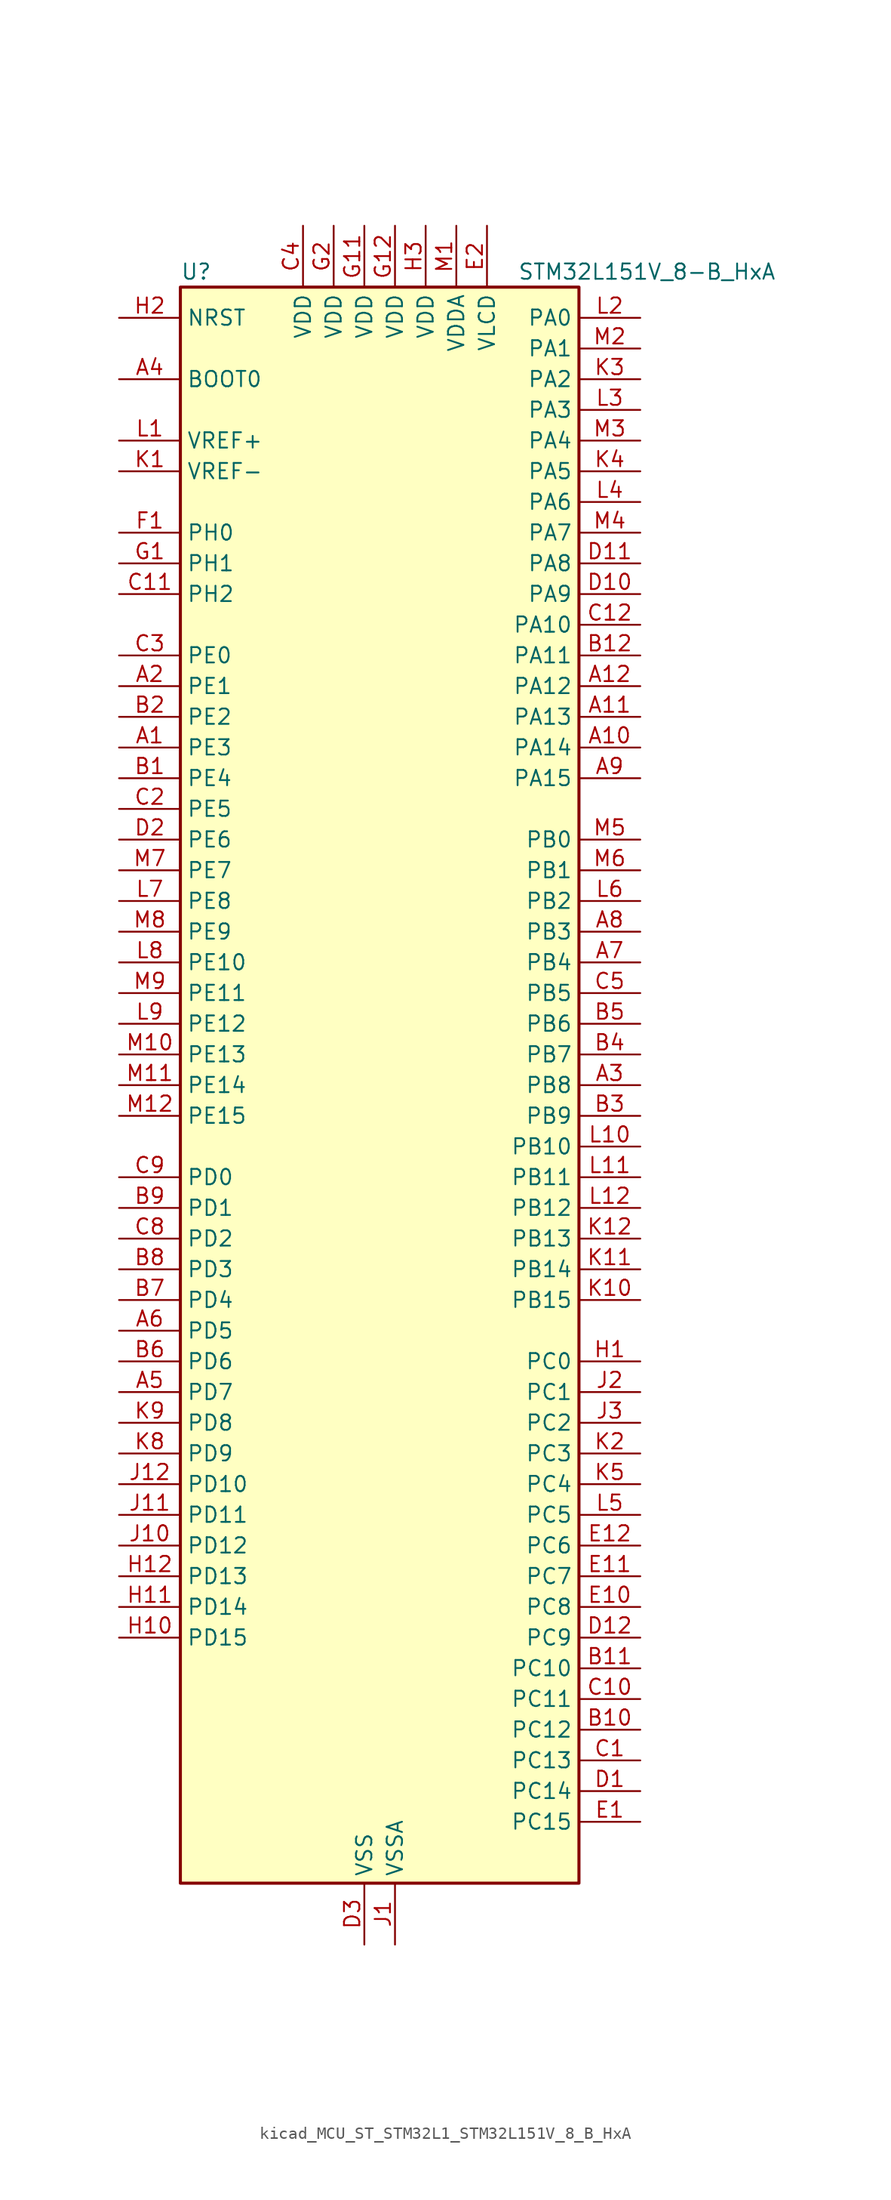
<source format=kicad_sym>
(kicad_symbol_lib
  (version 20220914)
  (generator kicad_symbol_editor)
  (symbol "kicad_MCU_ST_STM32L1_STM32L151V_8_B_HxA"
    (property "Reference" "U"
      (at -15.24 67.31 0)
      (effects (font (size 1.27 1.27)) (justify left)))
    (property "Value" "STM32L151V_8-B_HxA"
      (at 12.7 67.31 0)
      (effects (font (size 1.27 1.27)) (justify left)))
    (property "ki_locked" ""
      (at 0 0 0)
      (effects (font (size 1.27 1.27))))
    (symbol "kicad_MCU_ST_STM32L1_STM32L151V_8_B_HxA_0_1"
      (rectangle (start -15.24 -66.04) (end 17.78 66.04) (stroke (width 0.254) (type default)) (fill (type background))))
    (symbol "kicad_MCU_ST_STM32L1_STM32L151V_8_B_HxA_1_1"
      (pin bidirectional line (at -20.32 27.94 0) (length 5.08) (name "PE3" (effects (font (size 1.27 1.27)))) (number "A1" (effects (font (size 1.27 1.27)))) (alternate "SYS_TRACED0" bidirectional line) (alternate "TIM3_CH1" bidirectional line) (alternate "TIMX_IC4" bidirectional line))
      (pin bidirectional line (at 22.86 27.94 180) (length 5.08) (name "PA14" (effects (font (size 1.27 1.27)))) (number "A10" (effects (font (size 1.27 1.27)))) (alternate "SYS_JTCK-SWCLK" bidirectional line) (alternate "TIMX_IC3" bidirectional line) (alternate "TS_G5_IO2" bidirectional line))
      (pin bidirectional line (at 22.86 30.48 180) (length 5.08) (name "PA13" (effects (font (size 1.27 1.27)))) (number "A11" (effects (font (size 1.27 1.27)))) (alternate "SYS_JTMS-SWDIO" bidirectional line) (alternate "TIMX_IC2" bidirectional line) (alternate "TS_G5_IO1" bidirectional line))
      (pin bidirectional line (at 22.86 33.02 180) (length 5.08) (name "PA12" (effects (font (size 1.27 1.27)))) (number "A12" (effects (font (size 1.27 1.27)))) (alternate "SPI1_MOSI" bidirectional line) (alternate "TIMX_IC1" bidirectional line) (alternate "USART1_RTS" bidirectional line) (alternate "USB_DP" bidirectional line))
      (pin bidirectional line (at -20.32 33.02 0) (length 5.08) (name "PE1" (effects (font (size 1.27 1.27)))) (number "A2" (effects (font (size 1.27 1.27)))) (alternate "TIM11_CH1" bidirectional line) (alternate "TIMX_IC2" bidirectional line))
      (pin bidirectional line (at 22.86 0 180) (length 5.08) (name "PB8" (effects (font (size 1.27 1.27)))) (number "A3" (effects (font (size 1.27 1.27)))) (alternate "I2C1_SCL" bidirectional line) (alternate "TIM10_CH1" bidirectional line) (alternate "TIM4_CH3" bidirectional line))
      (pin input line (at -20.32 58.42 0) (length 5.08) (name "BOOT0" (effects (font (size 1.27 1.27)))) (number "A4" (effects (font (size 1.27 1.27)))))
      (pin bidirectional line (at -20.32 -25.4 0) (length 5.08) (name "PD7" (effects (font (size 1.27 1.27)))) (number "A5" (effects (font (size 1.27 1.27)))) (alternate "TIM9_CH2" bidirectional line) (alternate "TIMX_IC4" bidirectional line) (alternate "USART2_CK" bidirectional line))
      (pin bidirectional line (at -20.32 -20.32 0) (length 5.08) (name "PD5" (effects (font (size 1.27 1.27)))) (number "A6" (effects (font (size 1.27 1.27)))) (alternate "TIMX_IC2" bidirectional line) (alternate "USART2_TX" bidirectional line))
      (pin bidirectional line (at 22.86 10.16 180) (length 5.08) (name "PB4" (effects (font (size 1.27 1.27)))) (number "A7" (effects (font (size 1.27 1.27)))) (alternate "COMP2_INP" bidirectional line) (alternate "SPI1_MISO" bidirectional line) (alternate "SYS_JTRST" bidirectional line) (alternate "TIM3_CH1" bidirectional line) (alternate "TS_G6_IO1" bidirectional line))
      (pin bidirectional line (at 22.86 12.7 180) (length 5.08) (name "PB3" (effects (font (size 1.27 1.27)))) (number "A8" (effects (font (size 1.27 1.27)))) (alternate "COMP2_INM" bidirectional line) (alternate "SPI1_SCK" bidirectional line) (alternate "SYS_JTDO-TRACESWO" bidirectional line) (alternate "TIM2_CH2" bidirectional line))
      (pin bidirectional line (at 22.86 25.4 180) (length 5.08) (name "PA15" (effects (font (size 1.27 1.27)))) (number "A9" (effects (font (size 1.27 1.27)))) (alternate "ADC_EXTI15" bidirectional line) (alternate "SPI1_NSS" bidirectional line) (alternate "SYS_JTDI" bidirectional line) (alternate "TIM2_CH1" bidirectional line) (alternate "TIM2_ETR" bidirectional line) (alternate "TIMX_IC4" bidirectional line) (alternate "TS_G5_IO3" bidirectional line))
      (pin bidirectional line (at -20.32 25.4 0) (length 5.08) (name "PE4" (effects (font (size 1.27 1.27)))) (number "B1" (effects (font (size 1.27 1.27)))) (alternate "SYS_TRACED1" bidirectional line) (alternate "TIM3_CH2" bidirectional line) (alternate "TIMX_IC1" bidirectional line))
      (pin bidirectional line (at 22.86 -53.34 180) (length 5.08) (name "PC12" (effects (font (size 1.27 1.27)))) (number "B10" (effects (font (size 1.27 1.27)))) (alternate "TIMX_IC1" bidirectional line) (alternate "USART3_CK" bidirectional line))
      (pin bidirectional line (at 22.86 -48.26 180) (length 5.08) (name "PC10" (effects (font (size 1.27 1.27)))) (number "B11" (effects (font (size 1.27 1.27)))) (alternate "TIMX_IC3" bidirectional line) (alternate "USART3_TX" bidirectional line))
      (pin bidirectional line (at 22.86 35.56 180) (length 5.08) (name "PA11" (effects (font (size 1.27 1.27)))) (number "B12" (effects (font (size 1.27 1.27)))) (alternate "ADC_EXTI11" bidirectional line) (alternate "SPI1_MISO" bidirectional line) (alternate "TIMX_IC4" bidirectional line) (alternate "USART1_CTS" bidirectional line) (alternate "USB_DM" bidirectional line))
      (pin bidirectional line (at -20.32 30.48 0) (length 5.08) (name "PE2" (effects (font (size 1.27 1.27)))) (number "B2" (effects (font (size 1.27 1.27)))) (alternate "SYS_TRACECK" bidirectional line) (alternate "TIM3_ETR" bidirectional line) (alternate "TIMX_IC3" bidirectional line))
      (pin bidirectional line (at 22.86 -2.54 180) (length 5.08) (name "PB9" (effects (font (size 1.27 1.27)))) (number "B3" (effects (font (size 1.27 1.27)))) (alternate "DAC_EXTI9" bidirectional line) (alternate "I2C1_SDA" bidirectional line) (alternate "TIM11_CH1" bidirectional line) (alternate "TIM4_CH4" bidirectional line))
      (pin bidirectional line (at 22.86 2.54 180) (length 5.08) (name "PB7" (effects (font (size 1.27 1.27)))) (number "B4" (effects (font (size 1.27 1.27)))) (alternate "I2C1_SDA" bidirectional line) (alternate "SYS_PVD_IN" bidirectional line) (alternate "TIM4_CH2" bidirectional line) (alternate "TS_G6_IO4" bidirectional line) (alternate "USART1_RX" bidirectional line))
      (pin bidirectional line (at 22.86 5.08 180) (length 5.08) (name "PB6" (effects (font (size 1.27 1.27)))) (number "B5" (effects (font (size 1.27 1.27)))) (alternate "I2C1_SCL" bidirectional line) (alternate "TIM4_CH1" bidirectional line) (alternate "TS_G6_IO3" bidirectional line) (alternate "USART1_TX" bidirectional line))
      (pin bidirectional line (at -20.32 -22.86 0) (length 5.08) (name "PD6" (effects (font (size 1.27 1.27)))) (number "B6" (effects (font (size 1.27 1.27)))) (alternate "TIMX_IC3" bidirectional line) (alternate "USART2_RX" bidirectional line))
      (pin bidirectional line (at -20.32 -17.78 0) (length 5.08) (name "PD4" (effects (font (size 1.27 1.27)))) (number "B7" (effects (font (size 1.27 1.27)))) (alternate "SPI2_MOSI" bidirectional line) (alternate "TIMX_IC1" bidirectional line) (alternate "USART2_RTS" bidirectional line))
      (pin bidirectional line (at -20.32 -15.24 0) (length 5.08) (name "PD3" (effects (font (size 1.27 1.27)))) (number "B8" (effects (font (size 1.27 1.27)))) (alternate "SPI2_MISO" bidirectional line) (alternate "TIMX_IC4" bidirectional line) (alternate "USART2_CTS" bidirectional line))
      (pin bidirectional line (at -20.32 -10.16 0) (length 5.08) (name "PD1" (effects (font (size 1.27 1.27)))) (number "B9" (effects (font (size 1.27 1.27)))) (alternate "SPI2_SCK" bidirectional line) (alternate "TIMX_IC2" bidirectional line))
      (pin bidirectional line (at 22.86 -55.88 180) (length 5.08) (name "PC13" (effects (font (size 1.27 1.27)))) (number "C1" (effects (font (size 1.27 1.27)))) (alternate "RTC_OUT_ALARM" bidirectional line) (alternate "RTC_OUT_CALIB" bidirectional line) (alternate "RTC_TAMP1" bidirectional line) (alternate "RTC_TS" bidirectional line) (alternate "SYS_WKUP2" bidirectional line) (alternate "TIMX_IC2" bidirectional line))
      (pin bidirectional line (at 22.86 -50.8 180) (length 5.08) (name "PC11" (effects (font (size 1.27 1.27)))) (number "C10" (effects (font (size 1.27 1.27)))) (alternate "ADC_EXTI11" bidirectional line) (alternate "TIMX_IC4" bidirectional line) (alternate "USART3_RX" bidirectional line))
      (pin bidirectional line (at -20.32 40.64 0) (length 5.08) (name "PH2" (effects (font (size 1.27 1.27)))) (number "C11" (effects (font (size 1.27 1.27)))))
      (pin bidirectional line (at 22.86 38.1 180) (length 5.08) (name "PA10" (effects (font (size 1.27 1.27)))) (number "C12" (effects (font (size 1.27 1.27)))) (alternate "TIMX_IC3" bidirectional line) (alternate "TS_G4_IO3" bidirectional line) (alternate "USART1_RX" bidirectional line))
      (pin bidirectional line (at -20.32 22.86 0) (length 5.08) (name "PE5" (effects (font (size 1.27 1.27)))) (number "C2" (effects (font (size 1.27 1.27)))) (alternate "SYS_TRACED2" bidirectional line) (alternate "TIM9_CH1" bidirectional line) (alternate "TIMX_IC2" bidirectional line))
      (pin bidirectional line (at -20.32 35.56 0) (length 5.08) (name "PE0" (effects (font (size 1.27 1.27)))) (number "C3" (effects (font (size 1.27 1.27)))) (alternate "TIM10_CH1" bidirectional line) (alternate "TIM4_ETR" bidirectional line) (alternate "TIMX_IC1" bidirectional line))
      (pin power_in line (at -5.08 71.12 270) (length 5.08) (name "VDD" (effects (font (size 1.27 1.27)))) (number "C4" (effects (font (size 1.27 1.27)))))
      (pin bidirectional line (at 22.86 7.62 180) (length 5.08) (name "PB5" (effects (font (size 1.27 1.27)))) (number "C5" (effects (font (size 1.27 1.27)))) (alternate "COMP2_INP" bidirectional line) (alternate "I2C1_SMBA" bidirectional line) (alternate "SPI1_MOSI" bidirectional line) (alternate "TIM3_CH2" bidirectional line) (alternate "TS_G6_IO2" bidirectional line))
      (pin bidirectional line (at -20.32 -12.7 0) (length 5.08) (name "PD2" (effects (font (size 1.27 1.27)))) (number "C8" (effects (font (size 1.27 1.27)))) (alternate "TIM3_ETR" bidirectional line) (alternate "TIMX_IC3" bidirectional line))
      (pin bidirectional line (at -20.32 -7.62 0) (length 5.08) (name "PD0" (effects (font (size 1.27 1.27)))) (number "C9" (effects (font (size 1.27 1.27)))) (alternate "SPI2_NSS" bidirectional line) (alternate "TIM9_CH1" bidirectional line) (alternate "TIMX_IC1" bidirectional line))
      (pin bidirectional line (at 22.86 -58.42 180) (length 5.08) (name "PC14" (effects (font (size 1.27 1.27)))) (number "D1" (effects (font (size 1.27 1.27)))) (alternate "RCC_OSC32_IN" bidirectional line) (alternate "TIMX_IC3" bidirectional line))
      (pin bidirectional line (at 22.86 40.64 180) (length 5.08) (name "PA9" (effects (font (size 1.27 1.27)))) (number "D10" (effects (font (size 1.27 1.27)))) (alternate "DAC_EXTI9" bidirectional line) (alternate "TIMX_IC2" bidirectional line) (alternate "TS_G4_IO2" bidirectional line) (alternate "USART1_TX" bidirectional line))
      (pin bidirectional line (at 22.86 43.18 180) (length 5.08) (name "PA8" (effects (font (size 1.27 1.27)))) (number "D11" (effects (font (size 1.27 1.27)))) (alternate "RCC_MCO" bidirectional line) (alternate "TIMX_IC1" bidirectional line) (alternate "TS_G4_IO1" bidirectional line) (alternate "USART1_CK" bidirectional line))
      (pin bidirectional line (at 22.86 -45.72 180) (length 5.08) (name "PC9" (effects (font (size 1.27 1.27)))) (number "D12" (effects (font (size 1.27 1.27)))) (alternate "DAC_EXTI9" bidirectional line) (alternate "TIM3_CH4" bidirectional line) (alternate "TIMX_IC2" bidirectional line) (alternate "TS_G10_IO4" bidirectional line))
      (pin bidirectional line (at -20.32 20.32 0) (length 5.08) (name "PE6" (effects (font (size 1.27 1.27)))) (number "D2" (effects (font (size 1.27 1.27)))) (alternate "RTC_TAMP3" bidirectional line) (alternate "SYS_TRACED3" bidirectional line) (alternate "SYS_WKUP3" bidirectional line) (alternate "TIM9_CH2" bidirectional line) (alternate "TIMX_IC3" bidirectional line))
      (pin power_in line (at 0 -71.12 90) (length 5.08) (name "VSS" (effects (font (size 1.27 1.27)))) (number "D3" (effects (font (size 1.27 1.27)))))
      (pin bidirectional line (at 22.86 -60.96 180) (length 5.08) (name "PC15" (effects (font (size 1.27 1.27)))) (number "E1" (effects (font (size 1.27 1.27)))) (alternate "ADC_EXTI15" bidirectional line) (alternate "RCC_OSC32_OUT" bidirectional line) (alternate "TIMX_IC4" bidirectional line))
      (pin bidirectional line (at 22.86 -43.18 180) (length 5.08) (name "PC8" (effects (font (size 1.27 1.27)))) (number "E10" (effects (font (size 1.27 1.27)))) (alternate "TIM3_CH3" bidirectional line) (alternate "TIMX_IC1" bidirectional line) (alternate "TS_G10_IO3" bidirectional line))
      (pin bidirectional line (at 22.86 -40.64 180) (length 5.08) (name "PC7" (effects (font (size 1.27 1.27)))) (number "E11" (effects (font (size 1.27 1.27)))) (alternate "TIM3_CH2" bidirectional line) (alternate "TIMX_IC4" bidirectional line) (alternate "TS_G10_IO2" bidirectional line))
      (pin bidirectional line (at 22.86 -38.1 180) (length 5.08) (name "PC6" (effects (font (size 1.27 1.27)))) (number "E12" (effects (font (size 1.27 1.27)))) (alternate "TIM3_CH1" bidirectional line) (alternate "TIMX_IC3" bidirectional line) (alternate "TS_G10_IO1" bidirectional line))
      (pin power_in line (at 10.16 71.12 270) (length 5.08) (name "VLCD" (effects (font (size 1.27 1.27)))) (number "E2" (effects (font (size 1.27 1.27)))))
      (pin passive line (at 0 -71.12 90) (length 5.08) hide (name "VSS" (effects (font (size 1.27 1.27)))) (number "E3" (effects (font (size 1.27 1.27)))))
      (pin bidirectional line (at -20.32 45.72 0) (length 5.08) (name "PH0" (effects (font (size 1.27 1.27)))) (number "F1" (effects (font (size 1.27 1.27)))) (alternate "RCC_OSC_IN" bidirectional line))
      (pin passive line (at 0 -71.12 90) (length 5.08) hide (name "VSS" (effects (font (size 1.27 1.27)))) (number "F11" (effects (font (size 1.27 1.27)))))
      (pin passive line (at 0 -71.12 90) (length 5.08) hide (name "VSS" (effects (font (size 1.27 1.27)))) (number "F12" (effects (font (size 1.27 1.27)))))
      (pin passive line (at 0 -71.12 90) (length 5.08) hide (name "VSS" (effects (font (size 1.27 1.27)))) (number "F2" (effects (font (size 1.27 1.27)))))
      (pin bidirectional line (at -20.32 43.18 0) (length 5.08) (name "PH1" (effects (font (size 1.27 1.27)))) (number "G1" (effects (font (size 1.27 1.27)))) (alternate "RCC_OSC_OUT" bidirectional line))
      (pin power_in line (at 0 71.12 270) (length 5.08) (name "VDD" (effects (font (size 1.27 1.27)))) (number "G11" (effects (font (size 1.27 1.27)))))
      (pin power_in line (at 2.54 71.12 270) (length 5.08) (name "VDD" (effects (font (size 1.27 1.27)))) (number "G12" (effects (font (size 1.27 1.27)))))
      (pin power_in line (at -2.54 71.12 270) (length 5.08) (name "VDD" (effects (font (size 1.27 1.27)))) (number "G2" (effects (font (size 1.27 1.27)))))
      (pin bidirectional line (at 22.86 -22.86 180) (length 5.08) (name "PC0" (effects (font (size 1.27 1.27)))) (number "H1" (effects (font (size 1.27 1.27)))) (alternate "ADC_IN10" bidirectional line) (alternate "COMP1_INP" bidirectional line) (alternate "TIMX_IC1" bidirectional line) (alternate "TS_G8_IO1" bidirectional line))
      (pin bidirectional line (at -20.32 -45.72 0) (length 5.08) (name "PD15" (effects (font (size 1.27 1.27)))) (number "H10" (effects (font (size 1.27 1.27)))) (alternate "ADC_EXTI15" bidirectional line) (alternate "TIM4_CH4" bidirectional line) (alternate "TIMX_IC4" bidirectional line))
      (pin bidirectional line (at -20.32 -43.18 0) (length 5.08) (name "PD14" (effects (font (size 1.27 1.27)))) (number "H11" (effects (font (size 1.27 1.27)))) (alternate "TIM4_CH3" bidirectional line) (alternate "TIMX_IC3" bidirectional line))
      (pin bidirectional line (at -20.32 -40.64 0) (length 5.08) (name "PD13" (effects (font (size 1.27 1.27)))) (number "H12" (effects (font (size 1.27 1.27)))) (alternate "TIM4_CH2" bidirectional line) (alternate "TIMX_IC2" bidirectional line))
      (pin input line (at -20.32 63.5 0) (length 5.08) (name "NRST" (effects (font (size 1.27 1.27)))) (number "H2" (effects (font (size 1.27 1.27)))))
      (pin power_in line (at 5.08 71.12 270) (length 5.08) (name "VDD" (effects (font (size 1.27 1.27)))) (number "H3" (effects (font (size 1.27 1.27)))))
      (pin power_in line (at 2.54 -71.12 90) (length 5.08) (name "VSSA" (effects (font (size 1.27 1.27)))) (number "J1" (effects (font (size 1.27 1.27)))))
      (pin bidirectional line (at -20.32 -38.1 0) (length 5.08) (name "PD12" (effects (font (size 1.27 1.27)))) (number "J10" (effects (font (size 1.27 1.27)))) (alternate "TIM4_CH1" bidirectional line) (alternate "TIMX_IC1" bidirectional line) (alternate "USART3_RTS" bidirectional line))
      (pin bidirectional line (at -20.32 -35.56 0) (length 5.08) (name "PD11" (effects (font (size 1.27 1.27)))) (number "J11" (effects (font (size 1.27 1.27)))) (alternate "ADC_EXTI11" bidirectional line) (alternate "TIMX_IC4" bidirectional line) (alternate "USART3_CTS" bidirectional line))
      (pin bidirectional line (at -20.32 -33.02 0) (length 5.08) (name "PD10" (effects (font (size 1.27 1.27)))) (number "J12" (effects (font (size 1.27 1.27)))) (alternate "TIMX_IC3" bidirectional line) (alternate "USART3_CK" bidirectional line))
      (pin bidirectional line (at 22.86 -25.4 180) (length 5.08) (name "PC1" (effects (font (size 1.27 1.27)))) (number "J2" (effects (font (size 1.27 1.27)))) (alternate "ADC_IN11" bidirectional line) (alternate "COMP1_INP" bidirectional line) (alternate "TIMX_IC2" bidirectional line) (alternate "TS_G8_IO2" bidirectional line))
      (pin bidirectional line (at 22.86 -27.94 180) (length 5.08) (name "PC2" (effects (font (size 1.27 1.27)))) (number "J3" (effects (font (size 1.27 1.27)))) (alternate "ADC_IN12" bidirectional line) (alternate "COMP1_INP" bidirectional line) (alternate "TIMX_IC3" bidirectional line) (alternate "TS_G8_IO3" bidirectional line))
      (pin input line (at -20.32 50.8 0) (length 5.08) (name "VREF-" (effects (font (size 1.27 1.27)))) (number "K1" (effects (font (size 1.27 1.27)))))
      (pin bidirectional line (at 22.86 -17.78 180) (length 5.08) (name "PB15" (effects (font (size 1.27 1.27)))) (number "K10" (effects (font (size 1.27 1.27)))) (alternate "ADC_EXTI15" bidirectional line) (alternate "ADC_IN21" bidirectional line) (alternate "COMP1_INP" bidirectional line) (alternate "RTC_REFIN" bidirectional line) (alternate "SPI2_MOSI" bidirectional line) (alternate "TIM11_CH1" bidirectional line) (alternate "TS_G7_IO4" bidirectional line))
      (pin bidirectional line (at 22.86 -15.24 180) (length 5.08) (name "PB14" (effects (font (size 1.27 1.27)))) (number "K11" (effects (font (size 1.27 1.27)))) (alternate "ADC_IN20" bidirectional line) (alternate "COMP1_INP" bidirectional line) (alternate "SPI2_MISO" bidirectional line) (alternate "TIM9_CH2" bidirectional line) (alternate "TS_G7_IO3" bidirectional line) (alternate "USART3_RTS" bidirectional line))
      (pin bidirectional line (at 22.86 -12.7 180) (length 5.08) (name "PB13" (effects (font (size 1.27 1.27)))) (number "K12" (effects (font (size 1.27 1.27)))) (alternate "ADC_IN19" bidirectional line) (alternate "COMP1_INP" bidirectional line) (alternate "SPI2_SCK" bidirectional line) (alternate "TIM9_CH1" bidirectional line) (alternate "TS_G7_IO2" bidirectional line) (alternate "USART3_CTS" bidirectional line))
      (pin bidirectional line (at 22.86 -30.48 180) (length 5.08) (name "PC3" (effects (font (size 1.27 1.27)))) (number "K2" (effects (font (size 1.27 1.27)))) (alternate "ADC_IN13" bidirectional line) (alternate "COMP1_INP" bidirectional line) (alternate "TIMX_IC4" bidirectional line) (alternate "TS_G8_IO4" bidirectional line))
      (pin bidirectional line (at 22.86 58.42 180) (length 5.08) (name "PA2" (effects (font (size 1.27 1.27)))) (number "K3" (effects (font (size 1.27 1.27)))) (alternate "ADC_IN2" bidirectional line) (alternate "COMP1_INP" bidirectional line) (alternate "TIM2_CH3" bidirectional line) (alternate "TIM9_CH1" bidirectional line) (alternate "TIMX_IC3" bidirectional line) (alternate "TS_G1_IO3" bidirectional line) (alternate "USART2_TX" bidirectional line))
      (pin bidirectional line (at 22.86 50.8 180) (length 5.08) (name "PA5" (effects (font (size 1.27 1.27)))) (number "K4" (effects (font (size 1.27 1.27)))) (alternate "ADC_IN5" bidirectional line) (alternate "COMP1_INP" bidirectional line) (alternate "DAC_OUT2" bidirectional line) (alternate "SPI1_SCK" bidirectional line) (alternate "TIM2_CH1" bidirectional line) (alternate "TIM2_ETR" bidirectional line) (alternate "TIMX_IC2" bidirectional line))
      (pin bidirectional line (at 22.86 -33.02 180) (length 5.08) (name "PC4" (effects (font (size 1.27 1.27)))) (number "K5" (effects (font (size 1.27 1.27)))) (alternate "ADC_IN14" bidirectional line) (alternate "COMP1_INP" bidirectional line) (alternate "TIMX_IC1" bidirectional line) (alternate "TS_G9_IO1" bidirectional line))
      (pin bidirectional line (at -20.32 -30.48 0) (length 5.08) (name "PD9" (effects (font (size 1.27 1.27)))) (number "K8" (effects (font (size 1.27 1.27)))) (alternate "DAC_EXTI9" bidirectional line) (alternate "TIMX_IC2" bidirectional line) (alternate "USART3_RX" bidirectional line))
      (pin bidirectional line (at -20.32 -27.94 0) (length 5.08) (name "PD8" (effects (font (size 1.27 1.27)))) (number "K9" (effects (font (size 1.27 1.27)))) (alternate "TIMX_IC1" bidirectional line) (alternate "USART3_TX" bidirectional line))
      (pin input line (at -20.32 53.34 0) (length 5.08) (name "VREF+" (effects (font (size 1.27 1.27)))) (number "L1" (effects (font (size 1.27 1.27)))))
      (pin bidirectional line (at 22.86 -5.08 180) (length 5.08) (name "PB10" (effects (font (size 1.27 1.27)))) (number "L10" (effects (font (size 1.27 1.27)))) (alternate "I2C2_SCL" bidirectional line) (alternate "TIM2_CH3" bidirectional line) (alternate "USART3_TX" bidirectional line))
      (pin bidirectional line (at 22.86 -7.62 180) (length 5.08) (name "PB11" (effects (font (size 1.27 1.27)))) (number "L11" (effects (font (size 1.27 1.27)))) (alternate "ADC_EXTI11" bidirectional line) (alternate "I2C2_SDA" bidirectional line) (alternate "TIM2_CH4" bidirectional line) (alternate "USART3_RX" bidirectional line))
      (pin bidirectional line (at 22.86 -10.16 180) (length 5.08) (name "PB12" (effects (font (size 1.27 1.27)))) (number "L12" (effects (font (size 1.27 1.27)))) (alternate "ADC_IN18" bidirectional line) (alternate "COMP1_INP" bidirectional line) (alternate "I2C2_SMBA" bidirectional line) (alternate "SPI2_NSS" bidirectional line) (alternate "TIM10_CH1" bidirectional line) (alternate "TS_G7_IO1" bidirectional line) (alternate "USART3_CK" bidirectional line))
      (pin bidirectional line (at 22.86 63.5 180) (length 5.08) (name "PA0" (effects (font (size 1.27 1.27)))) (number "L2" (effects (font (size 1.27 1.27)))) (alternate "ADC_IN0" bidirectional line) (alternate "COMP1_INP" bidirectional line) (alternate "RTC_TAMP2" bidirectional line) (alternate "SYS_WKUP1" bidirectional line) (alternate "TIM2_CH1" bidirectional line) (alternate "TIM2_ETR" bidirectional line) (alternate "TIMX_IC1" bidirectional line) (alternate "TS_G1_IO1" bidirectional line) (alternate "USART2_CTS" bidirectional line))
      (pin bidirectional line (at 22.86 55.88 180) (length 5.08) (name "PA3" (effects (font (size 1.27 1.27)))) (number "L3" (effects (font (size 1.27 1.27)))) (alternate "ADC_IN3" bidirectional line) (alternate "COMP1_INP" bidirectional line) (alternate "TIM2_CH4" bidirectional line) (alternate "TIM9_CH2" bidirectional line) (alternate "TIMX_IC4" bidirectional line) (alternate "TS_G1_IO4" bidirectional line) (alternate "USART2_RX" bidirectional line))
      (pin bidirectional line (at 22.86 48.26 180) (length 5.08) (name "PA6" (effects (font (size 1.27 1.27)))) (number "L4" (effects (font (size 1.27 1.27)))) (alternate "ADC_IN6" bidirectional line) (alternate "COMP1_INP" bidirectional line) (alternate "SPI1_MISO" bidirectional line) (alternate "TIM10_CH1" bidirectional line) (alternate "TIM3_CH1" bidirectional line) (alternate "TIMX_IC3" bidirectional line) (alternate "TS_G2_IO1" bidirectional line))
      (pin bidirectional line (at 22.86 -35.56 180) (length 5.08) (name "PC5" (effects (font (size 1.27 1.27)))) (number "L5" (effects (font (size 1.27 1.27)))) (alternate "ADC_IN15" bidirectional line) (alternate "COMP1_INP" bidirectional line) (alternate "TIMX_IC2" bidirectional line) (alternate "TS_G9_IO2" bidirectional line))
      (pin bidirectional line (at 22.86 15.24 180) (length 5.08) (name "PB2" (effects (font (size 1.27 1.27)))) (number "L6" (effects (font (size 1.27 1.27)))) (alternate "TS_G3_IO3" bidirectional line))
      (pin bidirectional line (at -20.32 15.24 0) (length 5.08) (name "PE8" (effects (font (size 1.27 1.27)))) (number "L7" (effects (font (size 1.27 1.27)))) (alternate "ADC_IN23" bidirectional line) (alternate "COMP1_INP" bidirectional line) (alternate "TIMX_IC1" bidirectional line))
      (pin bidirectional line (at -20.32 10.16 0) (length 5.08) (name "PE10" (effects (font (size 1.27 1.27)))) (number "L8" (effects (font (size 1.27 1.27)))) (alternate "ADC_IN25" bidirectional line) (alternate "COMP1_INP" bidirectional line) (alternate "TIM2_CH2" bidirectional line) (alternate "TIMX_IC3" bidirectional line))
      (pin bidirectional line (at -20.32 5.08 0) (length 5.08) (name "PE12" (effects (font (size 1.27 1.27)))) (number "L9" (effects (font (size 1.27 1.27)))) (alternate "SPI1_NSS" bidirectional line) (alternate "TIM2_CH4" bidirectional line) (alternate "TIMX_IC1" bidirectional line))
      (pin power_in line (at 7.62 71.12 270) (length 5.08) (name "VDDA" (effects (font (size 1.27 1.27)))) (number "M1" (effects (font (size 1.27 1.27)))))
      (pin bidirectional line (at -20.32 2.54 0) (length 5.08) (name "PE13" (effects (font (size 1.27 1.27)))) (number "M10" (effects (font (size 1.27 1.27)))) (alternate "SPI1_SCK" bidirectional line) (alternate "TIMX_IC2" bidirectional line))
      (pin bidirectional line (at -20.32 0 0) (length 5.08) (name "PE14" (effects (font (size 1.27 1.27)))) (number "M11" (effects (font (size 1.27 1.27)))) (alternate "SPI1_MISO" bidirectional line) (alternate "TIMX_IC3" bidirectional line))
      (pin bidirectional line (at -20.32 -2.54 0) (length 5.08) (name "PE15" (effects (font (size 1.27 1.27)))) (number "M12" (effects (font (size 1.27 1.27)))) (alternate "ADC_EXTI15" bidirectional line) (alternate "SPI1_MOSI" bidirectional line) (alternate "TIMX_IC4" bidirectional line))
      (pin bidirectional line (at 22.86 60.96 180) (length 5.08) (name "PA1" (effects (font (size 1.27 1.27)))) (number "M2" (effects (font (size 1.27 1.27)))) (alternate "ADC_IN1" bidirectional line) (alternate "COMP1_INP" bidirectional line) (alternate "TIM2_CH2" bidirectional line) (alternate "TIMX_IC2" bidirectional line) (alternate "TS_G1_IO2" bidirectional line) (alternate "USART2_RTS" bidirectional line))
      (pin bidirectional line (at 22.86 53.34 180) (length 5.08) (name "PA4" (effects (font (size 1.27 1.27)))) (number "M3" (effects (font (size 1.27 1.27)))) (alternate "ADC_IN4" bidirectional line) (alternate "COMP1_INP" bidirectional line) (alternate "DAC_OUT1" bidirectional line) (alternate "SPI1_NSS" bidirectional line) (alternate "TIMX_IC1" bidirectional line) (alternate "USART2_CK" bidirectional line))
      (pin bidirectional line (at 22.86 45.72 180) (length 5.08) (name "PA7" (effects (font (size 1.27 1.27)))) (number "M4" (effects (font (size 1.27 1.27)))) (alternate "ADC_IN7" bidirectional line) (alternate "COMP1_INP" bidirectional line) (alternate "SPI1_MOSI" bidirectional line) (alternate "TIM11_CH1" bidirectional line) (alternate "TIM3_CH2" bidirectional line) (alternate "TIMX_IC4" bidirectional line) (alternate "TS_G2_IO2" bidirectional line))
      (pin bidirectional line (at 22.86 20.32 180) (length 5.08) (name "PB0" (effects (font (size 1.27 1.27)))) (number "M5" (effects (font (size 1.27 1.27)))) (alternate "ADC_IN8" bidirectional line) (alternate "COMP1_INP" bidirectional line) (alternate "SYS_V_REF_OUT" bidirectional line) (alternate "TIM3_CH3" bidirectional line) (alternate "TS_G3_IO1" bidirectional line))
      (pin bidirectional line (at 22.86 17.78 180) (length 5.08) (name "PB1" (effects (font (size 1.27 1.27)))) (number "M6" (effects (font (size 1.27 1.27)))) (alternate "ADC_IN9" bidirectional line) (alternate "COMP1_INP" bidirectional line) (alternate "SYS_V_REF_OUT" bidirectional line) (alternate "TIM3_CH4" bidirectional line) (alternate "TS_G3_IO2" bidirectional line))
      (pin bidirectional line (at -20.32 17.78 0) (length 5.08) (name "PE7" (effects (font (size 1.27 1.27)))) (number "M7" (effects (font (size 1.27 1.27)))) (alternate "ADC_IN22" bidirectional line) (alternate "COMP1_INP" bidirectional line) (alternate "TIMX_IC4" bidirectional line))
      (pin bidirectional line (at -20.32 12.7 0) (length 5.08) (name "PE9" (effects (font (size 1.27 1.27)))) (number "M8" (effects (font (size 1.27 1.27)))) (alternate "ADC_IN24" bidirectional line) (alternate "COMP1_INP" bidirectional line) (alternate "DAC_EXTI9" bidirectional line) (alternate "TIM2_CH1" bidirectional line) (alternate "TIM2_ETR" bidirectional line) (alternate "TIMX_IC2" bidirectional line))
      (pin bidirectional line (at -20.32 7.62 0) (length 5.08) (name "PE11" (effects (font (size 1.27 1.27)))) (number "M9" (effects (font (size 1.27 1.27)))) (alternate "ADC_EXTI11" bidirectional line) (alternate "TIM2_CH3" bidirectional line) (alternate "TIMX_IC4" bidirectional line)))))
</source>
